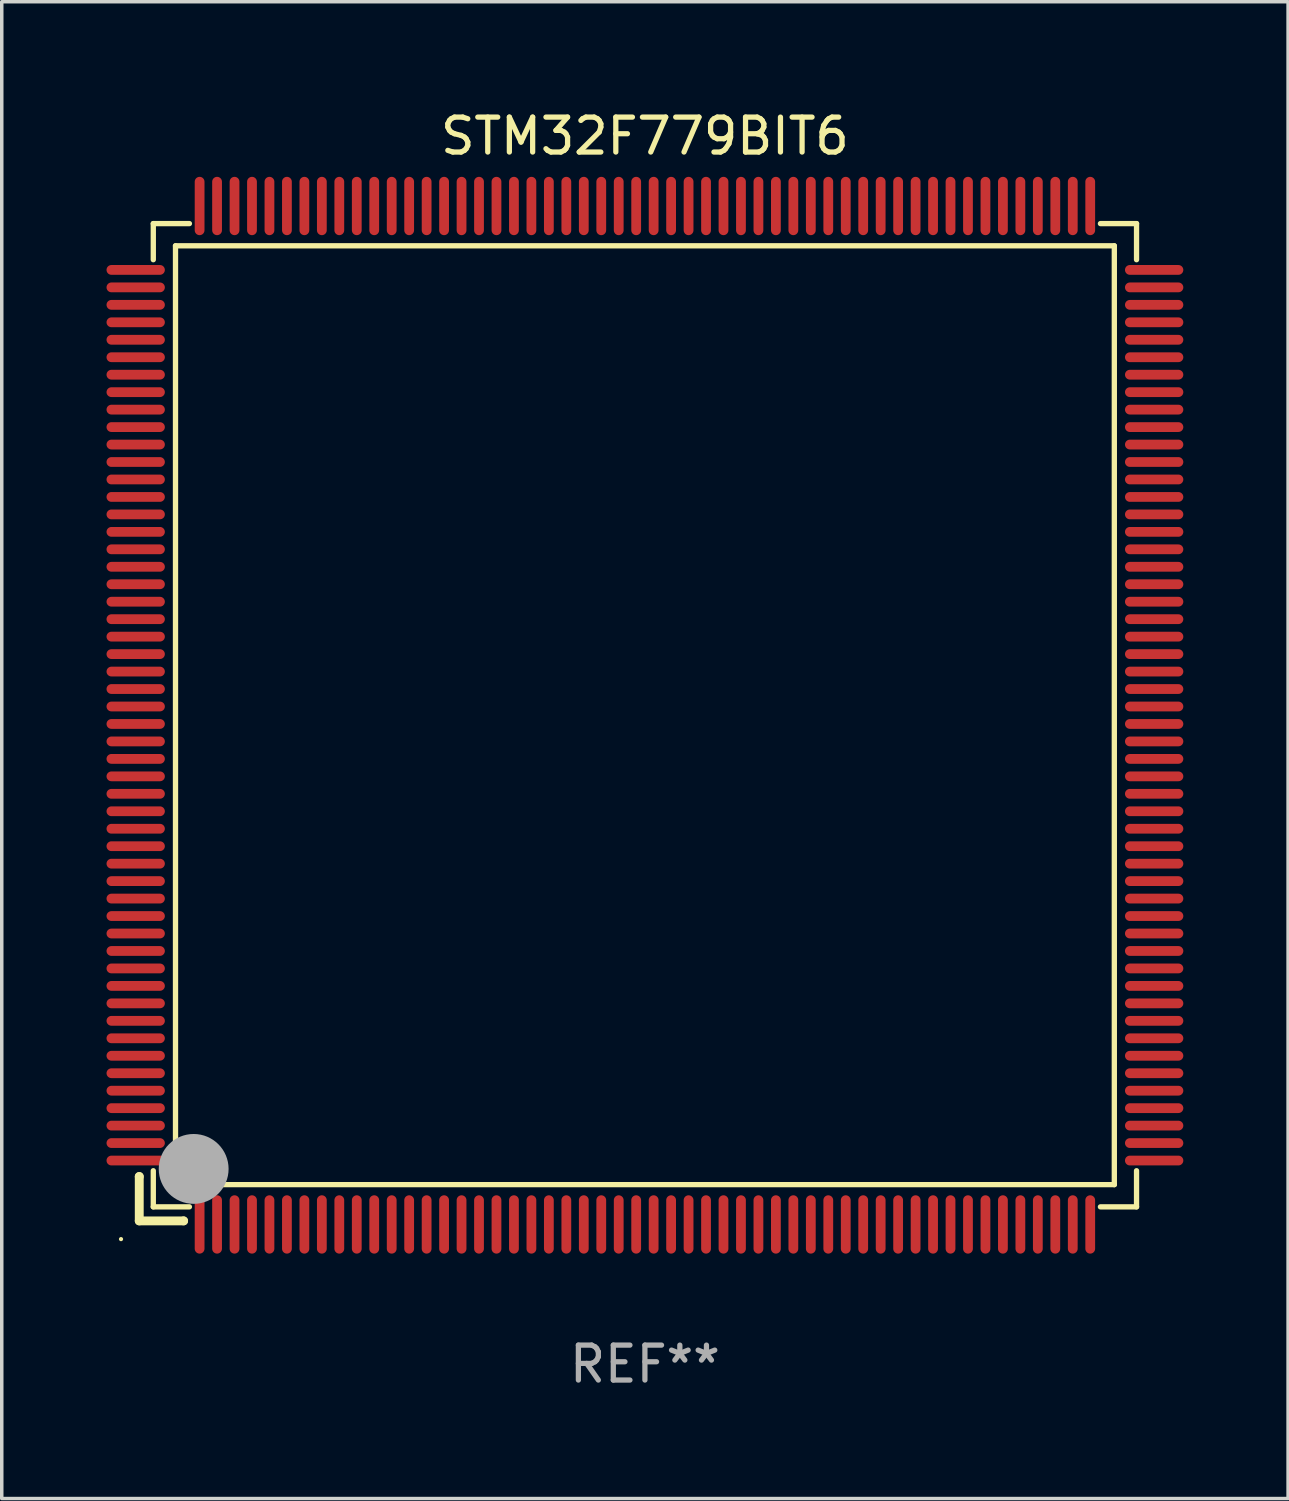
<source format=kicad_pcb>
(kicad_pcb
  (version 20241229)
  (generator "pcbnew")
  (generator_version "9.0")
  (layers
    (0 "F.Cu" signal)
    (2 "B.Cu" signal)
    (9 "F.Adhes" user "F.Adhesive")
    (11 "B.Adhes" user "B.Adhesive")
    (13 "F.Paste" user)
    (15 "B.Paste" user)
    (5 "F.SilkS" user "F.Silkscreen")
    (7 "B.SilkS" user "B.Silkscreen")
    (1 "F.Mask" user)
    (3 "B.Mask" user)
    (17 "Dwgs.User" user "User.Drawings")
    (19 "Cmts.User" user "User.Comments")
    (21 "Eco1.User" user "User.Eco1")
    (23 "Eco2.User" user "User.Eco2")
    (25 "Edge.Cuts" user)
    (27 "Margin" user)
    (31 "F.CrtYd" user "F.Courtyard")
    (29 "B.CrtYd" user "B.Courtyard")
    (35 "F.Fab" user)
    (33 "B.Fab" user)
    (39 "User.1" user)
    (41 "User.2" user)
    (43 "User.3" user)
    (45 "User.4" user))
  (footprint "STM32F779BIT6"
    (layer "F.Cu")
    (at 15.415 17.428)
    (property "Reference" "STM32F779BIT6" (at 0 -16.58 0) (layer "F.SilkS") (effects (font (size 1 1) (thickness 0.15))))
    (attr through_hole)
    (fp_line (start -14.478 13.208) (end -14.478 13.208) (stroke (width 0.254) (type solid)) (layer "F.SilkS"))
    (fp_line (start -14.478 13.208) (end -14.478 14.478) (stroke (width 0.254) (type solid)) (layer "F.SilkS"))
    (fp_line (start -14.478 14.478) (end -13.208 14.478) (stroke (width 0.254) (type solid)) (layer "F.SilkS"))
    (fp_line (start -14.076 -14.076) (end -14.076 -13.042) (stroke (width 0.152) (type solid)) (layer "F.SilkS"))
    (fp_line (start -14.076 14.076) (end -14.076 13.042) (stroke (width 0.152) (type solid)) (layer "F.SilkS"))
    (fp_line (start -13.44 -13.44) (end 13.44 -13.44) (stroke (width 0.152) (type solid)) (layer "F.SilkS"))
    (fp_line (start -13.44 13.44) (end -13.44 -13.44) (stroke (width 0.152) (type solid)) (layer "F.SilkS"))
    (fp_line (start -13.208 14.478) (end -13.208 14.478) (stroke (width 0.254) (type solid)) (layer "F.SilkS"))
    (fp_line (start -13.042 -14.076) (end -14.076 -14.076) (stroke (width 0.152) (type solid)) (layer "F.SilkS"))
    (fp_line (start -13.042 14.076) (end -14.076 14.076) (stroke (width 0.152) (type solid)) (layer "F.SilkS"))
    (fp_line (start 13.042 -14.076) (end 14.076 -14.076) (stroke (width 0.152) (type solid)) (layer "F.SilkS"))
    (fp_line (start 13.042 14.076) (end 14.076 14.076) (stroke (width 0.152) (type solid)) (layer "F.SilkS"))
    (fp_line (start 13.44 -13.44) (end 13.44 13.44) (stroke (width 0.152) (type solid)) (layer "F.SilkS"))
    (fp_line (start 13.44 13.44) (end -13.44 13.44) (stroke (width 0.152) (type solid)) (layer "F.SilkS"))
    (fp_line (start 14.076 -14.076) (end 14.076 -13.042) (stroke (width 0.152) (type solid)) (layer "F.SilkS"))
    (fp_line (start 14.076 14.076) (end 14.076 13.042) (stroke (width 0.152) (type solid)) (layer "F.SilkS"))
    (fp_circle (center -15 15) (end -14.97 15) (stroke (width 0.06) (type solid)) (fill no) (layer "F.SilkS"))
    (fp_circle (center -13.138 13.138) (end -13.063 13.138) (stroke (width 0.15) (type solid)) (fill no) (layer "F.SilkS"))
    (fp_circle (center -12.92 12.99) (end -12.42 12.99) (stroke (width 1) (type solid)) (fill no) (layer "F.Fab"))
    (fp_text user "REF**" (at 0 18.58 0) (layer "F.Fab") (effects (font (size 1 1) (thickness 0.15))))
    (pad "1" smd oval (at -12.75 14.58) (size 0.28 1.67) (layers "F.Cu" "F.Mask" "F.Paste"))
    (pad "2" smd oval (at -12.25 14.58) (size 0.28 1.67) (layers "F.Cu" "F.Mask" "F.Paste"))
    (pad "3" smd oval (at -11.75 14.58) (size 0.28 1.67) (layers "F.Cu" "F.Mask" "F.Paste"))
    (pad "4" smd oval (at -11.25 14.58) (size 0.28 1.67) (layers "F.Cu" "F.Mask" "F.Paste"))
    (pad "5" smd oval (at -10.75 14.58) (size 0.28 1.67) (layers "F.Cu" "F.Mask" "F.Paste"))
    (pad "6" smd oval (at -10.25 14.58) (size 0.28 1.67) (layers "F.Cu" "F.Mask" "F.Paste"))
    (pad "7" smd oval (at -9.75 14.58) (size 0.28 1.67) (layers "F.Cu" "F.Mask" "F.Paste"))
    (pad "8" smd oval (at -9.25 14.58) (size 0.28 1.67) (layers "F.Cu" "F.Mask" "F.Paste"))
    (pad "9" smd oval (at -8.75 14.58) (size 0.28 1.67) (layers "F.Cu" "F.Mask" "F.Paste"))
    (pad "10" smd oval (at -8.25 14.58) (size 0.28 1.67) (layers "F.Cu" "F.Mask" "F.Paste"))
    (pad "11" smd oval (at -7.75 14.58) (size 0.28 1.67) (layers "F.Cu" "F.Mask" "F.Paste"))
    (pad "12" smd oval (at -7.25 14.58) (size 0.28 1.67) (layers "F.Cu" "F.Mask" "F.Paste"))
    (pad "13" smd oval (at -6.75 14.58) (size 0.28 1.67) (layers "F.Cu" "F.Mask" "F.Paste"))
    (pad "14" smd oval (at -6.25 14.58) (size 0.28 1.67) (layers "F.Cu" "F.Mask" "F.Paste"))
    (pad "15" smd oval (at -5.75 14.58) (size 0.28 1.67) (layers "F.Cu" "F.Mask" "F.Paste"))
    (pad "16" smd oval (at -5.25 14.58) (size 0.28 1.67) (layers "F.Cu" "F.Mask" "F.Paste"))
    (pad "17" smd oval (at -4.75 14.58) (size 0.28 1.67) (layers "F.Cu" "F.Mask" "F.Paste"))
    (pad "18" smd oval (at -4.25 14.58) (size 0.28 1.67) (layers "F.Cu" "F.Mask" "F.Paste"))
    (pad "19" smd oval (at -3.75 14.58) (size 0.28 1.67) (layers "F.Cu" "F.Mask" "F.Paste"))
    (pad "20" smd oval (at -3.25 14.58) (size 0.28 1.67) (layers "F.Cu" "F.Mask" "F.Paste"))
    (pad "21" smd oval (at -2.75 14.58) (size 0.28 1.67) (layers "F.Cu" "F.Mask" "F.Paste"))
    (pad "22" smd oval (at -2.25 14.58) (size 0.28 1.67) (layers "F.Cu" "F.Mask" "F.Paste"))
    (pad "23" smd oval (at -1.75 14.58) (size 0.28 1.67) (layers "F.Cu" "F.Mask" "F.Paste"))
    (pad "24" smd oval (at -1.25 14.58) (size 0.28 1.67) (layers "F.Cu" "F.Mask" "F.Paste"))
    (pad "25" smd oval (at -0.75 14.58) (size 0.28 1.67) (layers "F.Cu" "F.Mask" "F.Paste"))
    (pad "26" smd oval (at -0.25 14.58) (size 0.28 1.67) (layers "F.Cu" "F.Mask" "F.Paste"))
    (pad "27" smd oval (at 0.25 14.58) (size 0.28 1.67) (layers "F.Cu" "F.Mask" "F.Paste"))
    (pad "28" smd oval (at 0.75 14.58) (size 0.28 1.67) (layers "F.Cu" "F.Mask" "F.Paste"))
    (pad "29" smd oval (at 1.25 14.58) (size 0.28 1.67) (layers "F.Cu" "F.Mask" "F.Paste"))
    (pad "30" smd oval (at 1.75 14.58) (size 0.28 1.67) (layers "F.Cu" "F.Mask" "F.Paste"))
    (pad "31" smd oval (at 2.25 14.58) (size 0.28 1.67) (layers "F.Cu" "F.Mask" "F.Paste"))
    (pad "32" smd oval (at 2.75 14.58) (size 0.28 1.67) (layers "F.Cu" "F.Mask" "F.Paste"))
    (pad "33" smd oval (at 3.25 14.58) (size 0.28 1.67) (layers "F.Cu" "F.Mask" "F.Paste"))
    (pad "34" smd oval (at 3.75 14.58) (size 0.28 1.67) (layers "F.Cu" "F.Mask" "F.Paste"))
    (pad "35" smd oval (at 4.25 14.58) (size 0.28 1.67) (layers "F.Cu" "F.Mask" "F.Paste"))
    (pad "36" smd oval (at 4.75 14.58) (size 0.28 1.67) (layers "F.Cu" "F.Mask" "F.Paste"))
    (pad "37" smd oval (at 5.25 14.58) (size 0.28 1.67) (layers "F.Cu" "F.Mask" "F.Paste"))
    (pad "38" smd oval (at 5.75 14.58) (size 0.28 1.67) (layers "F.Cu" "F.Mask" "F.Paste"))
    (pad "39" smd oval (at 6.25 14.58) (size 0.28 1.67) (layers "F.Cu" "F.Mask" "F.Paste"))
    (pad "40" smd oval (at 6.75 14.58) (size 0.28 1.67) (layers "F.Cu" "F.Mask" "F.Paste"))
    (pad "41" smd oval (at 7.25 14.58) (size 0.28 1.67) (layers "F.Cu" "F.Mask" "F.Paste"))
    (pad "42" smd oval (at 7.75 14.58) (size 0.28 1.67) (layers "F.Cu" "F.Mask" "F.Paste"))
    (pad "43" smd oval (at 8.25 14.58) (size 0.28 1.67) (layers "F.Cu" "F.Mask" "F.Paste"))
    (pad "44" smd oval (at 8.75 14.58) (size 0.28 1.67) (layers "F.Cu" "F.Mask" "F.Paste"))
    (pad "45" smd oval (at 9.25 14.58) (size 0.28 1.67) (layers "F.Cu" "F.Mask" "F.Paste"))
    (pad "46" smd oval (at 9.75 14.58) (size 0.28 1.67) (layers "F.Cu" "F.Mask" "F.Paste"))
    (pad "47" smd oval (at 10.25 14.58) (size 0.28 1.67) (layers "F.Cu" "F.Mask" "F.Paste"))
    (pad "48" smd oval (at 10.75 14.58) (size 0.28 1.67) (layers "F.Cu" "F.Mask" "F.Paste"))
    (pad "49" smd oval (at 11.25 14.58) (size 0.28 1.67) (layers "F.Cu" "F.Mask" "F.Paste"))
    (pad "50" smd oval (at 11.75 14.58) (size 0.28 1.67) (layers "F.Cu" "F.Mask" "F.Paste"))
    (pad "51" smd oval (at 12.25 14.58) (size 0.28 1.67) (layers "F.Cu" "F.Mask" "F.Paste"))
    (pad "52" smd oval (at 12.75 14.58) (size 0.28 1.67) (layers "F.Cu" "F.Mask" "F.Paste"))
    (pad "53" smd oval (at 14.58 12.75) (size 1.67 0.28) (layers "F.Cu" "F.Mask" "F.Paste"))
    (pad "54" smd oval (at 14.58 12.25) (size 1.67 0.28) (layers "F.Cu" "F.Mask" "F.Paste"))
    (pad "55" smd oval (at 14.58 11.75) (size 1.67 0.28) (layers "F.Cu" "F.Mask" "F.Paste"))
    (pad "56" smd oval (at 14.58 11.25) (size 1.67 0.28) (layers "F.Cu" "F.Mask" "F.Paste"))
    (pad "57" smd oval (at 14.58 10.75) (size 1.67 0.28) (layers "F.Cu" "F.Mask" "F.Paste"))
    (pad "58" smd oval (at 14.58 10.25) (size 1.67 0.28) (layers "F.Cu" "F.Mask" "F.Paste"))
    (pad "59" smd oval (at 14.58 9.75) (size 1.67 0.28) (layers "F.Cu" "F.Mask" "F.Paste"))
    (pad "60" smd oval (at 14.58 9.25) (size 1.67 0.28) (layers "F.Cu" "F.Mask" "F.Paste"))
    (pad "61" smd oval (at 14.58 8.75) (size 1.67 0.28) (layers "F.Cu" "F.Mask" "F.Paste"))
    (pad "62" smd oval (at 14.58 8.25) (size 1.67 0.28) (layers "F.Cu" "F.Mask" "F.Paste"))
    (pad "63" smd oval (at 14.58 7.75) (size 1.67 0.28) (layers "F.Cu" "F.Mask" "F.Paste"))
    (pad "64" smd oval (at 14.58 7.25) (size 1.67 0.28) (layers "F.Cu" "F.Mask" "F.Paste"))
    (pad "65" smd oval (at 14.58 6.75) (size 1.67 0.28) (layers "F.Cu" "F.Mask" "F.Paste"))
    (pad "66" smd oval (at 14.58 6.25) (size 1.67 0.28) (layers "F.Cu" "F.Mask" "F.Paste"))
    (pad "67" smd oval (at 14.58 5.75) (size 1.67 0.28) (layers "F.Cu" "F.Mask" "F.Paste"))
    (pad "68" smd oval (at 14.58 5.25) (size 1.67 0.28) (layers "F.Cu" "F.Mask" "F.Paste"))
    (pad "69" smd oval (at 14.58 4.75) (size 1.67 0.28) (layers "F.Cu" "F.Mask" "F.Paste"))
    (pad "70" smd oval (at 14.58 4.25) (size 1.67 0.28) (layers "F.Cu" "F.Mask" "F.Paste"))
    (pad "71" smd oval (at 14.58 3.75) (size 1.67 0.28) (layers "F.Cu" "F.Mask" "F.Paste"))
    (pad "72" smd oval (at 14.58 3.25) (size 1.67 0.28) (layers "F.Cu" "F.Mask" "F.Paste"))
    (pad "73" smd oval (at 14.58 2.75) (size 1.67 0.28) (layers "F.Cu" "F.Mask" "F.Paste"))
    (pad "74" smd oval (at 14.58 2.25) (size 1.67 0.28) (layers "F.Cu" "F.Mask" "F.Paste"))
    (pad "75" smd oval (at 14.58 1.75) (size 1.67 0.28) (layers "F.Cu" "F.Mask" "F.Paste"))
    (pad "76" smd oval (at 14.58 1.25) (size 1.67 0.28) (layers "F.Cu" "F.Mask" "F.Paste"))
    (pad "77" smd oval (at 14.58 0.75) (size 1.67 0.28) (layers "F.Cu" "F.Mask" "F.Paste"))
    (pad "78" smd oval (at 14.58 0.25) (size 1.67 0.28) (layers "F.Cu" "F.Mask" "F.Paste"))
    (pad "79" smd oval (at 14.58 -0.25) (size 1.67 0.28) (layers "F.Cu" "F.Mask" "F.Paste"))
    (pad "80" smd oval (at 14.58 -0.75) (size 1.67 0.28) (layers "F.Cu" "F.Mask" "F.Paste"))
    (pad "81" smd oval (at 14.58 -1.25) (size 1.67 0.28) (layers "F.Cu" "F.Mask" "F.Paste"))
    (pad "82" smd oval (at 14.58 -1.75) (size 1.67 0.28) (layers "F.Cu" "F.Mask" "F.Paste"))
    (pad "83" smd oval (at 14.58 -2.25) (size 1.67 0.28) (layers "F.Cu" "F.Mask" "F.Paste"))
    (pad "84" smd oval (at 14.58 -2.75) (size 1.67 0.28) (layers "F.Cu" "F.Mask" "F.Paste"))
    (pad "85" smd oval (at 14.58 -3.25) (size 1.67 0.28) (layers "F.Cu" "F.Mask" "F.Paste"))
    (pad "86" smd oval (at 14.58 -3.75) (size 1.67 0.28) (layers "F.Cu" "F.Mask" "F.Paste"))
    (pad "87" smd oval (at 14.58 -4.25) (size 1.67 0.28) (layers "F.Cu" "F.Mask" "F.Paste"))
    (pad "88" smd oval (at 14.58 -4.75) (size 1.67 0.28) (layers "F.Cu" "F.Mask" "F.Paste"))
    (pad "89" smd oval (at 14.58 -5.25) (size 1.67 0.28) (layers "F.Cu" "F.Mask" "F.Paste"))
    (pad "90" smd oval (at 14.58 -5.75) (size 1.67 0.28) (layers "F.Cu" "F.Mask" "F.Paste"))
    (pad "91" smd oval (at 14.58 -6.25) (size 1.67 0.28) (layers "F.Cu" "F.Mask" "F.Paste"))
    (pad "92" smd oval (at 14.58 -6.75) (size 1.67 0.28) (layers "F.Cu" "F.Mask" "F.Paste"))
    (pad "93" smd oval (at 14.58 -7.25) (size 1.67 0.28) (layers "F.Cu" "F.Mask" "F.Paste"))
    (pad "94" smd oval (at 14.58 -7.75) (size 1.67 0.28) (layers "F.Cu" "F.Mask" "F.Paste"))
    (pad "95" smd oval (at 14.58 -8.25) (size 1.67 0.28) (layers "F.Cu" "F.Mask" "F.Paste"))
    (pad "96" smd oval (at 14.58 -8.75) (size 1.67 0.28) (layers "F.Cu" "F.Mask" "F.Paste"))
    (pad "97" smd oval (at 14.58 -9.25) (size 1.67 0.28) (layers "F.Cu" "F.Mask" "F.Paste"))
    (pad "98" smd oval (at 14.58 -9.75) (size 1.67 0.28) (layers "F.Cu" "F.Mask" "F.Paste"))
    (pad "99" smd oval (at 14.58 -10.25) (size 1.67 0.28) (layers "F.Cu" "F.Mask" "F.Paste"))
    (pad "100" smd oval (at 14.58 -10.75) (size 1.67 0.28) (layers "F.Cu" "F.Mask" "F.Paste"))
    (pad "101" smd oval (at 14.58 -11.25) (size 1.67 0.28) (layers "F.Cu" "F.Mask" "F.Paste"))
    (pad "102" smd oval (at 14.58 -11.75) (size 1.67 0.28) (layers "F.Cu" "F.Mask" "F.Paste"))
    (pad "103" smd oval (at 14.58 -12.25) (size 1.67 0.28) (layers "F.Cu" "F.Mask" "F.Paste"))
    (pad "104" smd oval (at 14.58 -12.75) (size 1.67 0.28) (layers "F.Cu" "F.Mask" "F.Paste"))
    (pad "105" smd oval (at 12.75 -14.58) (size 0.28 1.67) (layers "F.Cu" "F.Mask" "F.Paste"))
    (pad "106" smd oval (at 12.25 -14.58) (size 0.28 1.67) (layers "F.Cu" "F.Mask" "F.Paste"))
    (pad "107" smd oval (at 11.75 -14.58) (size 0.28 1.67) (layers "F.Cu" "F.Mask" "F.Paste"))
    (pad "108" smd oval (at 11.25 -14.58) (size 0.28 1.67) (layers "F.Cu" "F.Mask" "F.Paste"))
    (pad "109" smd oval (at 10.75 -14.58) (size 0.28 1.67) (layers "F.Cu" "F.Mask" "F.Paste"))
    (pad "110" smd oval (at 10.25 -14.58) (size 0.28 1.67) (layers "F.Cu" "F.Mask" "F.Paste"))
    (pad "111" smd oval (at 9.75 -14.58) (size 0.28 1.67) (layers "F.Cu" "F.Mask" "F.Paste"))
    (pad "112" smd oval (at 9.25 -14.58) (size 0.28 1.67) (layers "F.Cu" "F.Mask" "F.Paste"))
    (pad "113" smd oval (at 8.75 -14.58) (size 0.28 1.67) (layers "F.Cu" "F.Mask" "F.Paste"))
    (pad "114" smd oval (at 8.25 -14.58) (size 0.28 1.67) (layers "F.Cu" "F.Mask" "F.Paste"))
    (pad "115" smd oval (at 7.75 -14.58) (size 0.28 1.67) (layers "F.Cu" "F.Mask" "F.Paste"))
    (pad "116" smd oval (at 7.25 -14.58) (size 0.28 1.67) (layers "F.Cu" "F.Mask" "F.Paste"))
    (pad "117" smd oval (at 6.75 -14.58) (size 0.28 1.67) (layers "F.Cu" "F.Mask" "F.Paste"))
    (pad "118" smd oval (at 6.25 -14.58) (size 0.28 1.67) (layers "F.Cu" "F.Mask" "F.Paste"))
    (pad "119" smd oval (at 5.75 -14.58) (size 0.28 1.67) (layers "F.Cu" "F.Mask" "F.Paste"))
    (pad "120" smd oval (at 5.25 -14.58) (size 0.28 1.67) (layers "F.Cu" "F.Mask" "F.Paste"))
    (pad "121" smd oval (at 4.75 -14.58) (size 0.28 1.67) (layers "F.Cu" "F.Mask" "F.Paste"))
    (pad "122" smd oval (at 4.25 -14.58) (size 0.28 1.67) (layers "F.Cu" "F.Mask" "F.Paste"))
    (pad "123" smd oval (at 3.75 -14.58) (size 0.28 1.67) (layers "F.Cu" "F.Mask" "F.Paste"))
    (pad "124" smd oval (at 3.25 -14.58) (size 0.28 1.67) (layers "F.Cu" "F.Mask" "F.Paste"))
    (pad "125" smd oval (at 2.75 -14.58) (size 0.28 1.67) (layers "F.Cu" "F.Mask" "F.Paste"))
    (pad "126" smd oval (at 2.25 -14.58) (size 0.28 1.67) (layers "F.Cu" "F.Mask" "F.Paste"))
    (pad "127" smd oval (at 1.75 -14.58) (size 0.28 1.67) (layers "F.Cu" "F.Mask" "F.Paste"))
    (pad "128" smd oval (at 1.25 -14.58) (size 0.28 1.67) (layers "F.Cu" "F.Mask" "F.Paste"))
    (pad "129" smd oval (at 0.75 -14.58) (size 0.28 1.67) (layers "F.Cu" "F.Mask" "F.Paste"))
    (pad "130" smd oval (at 0.25 -14.58) (size 0.28 1.67) (layers "F.Cu" "F.Mask" "F.Paste"))
    (pad "131" smd oval (at -0.25 -14.58) (size 0.28 1.67) (layers "F.Cu" "F.Mask" "F.Paste"))
    (pad "132" smd oval (at -0.75 -14.58) (size 0.28 1.67) (layers "F.Cu" "F.Mask" "F.Paste"))
    (pad "133" smd oval (at -1.25 -14.58) (size 0.28 1.67) (layers "F.Cu" "F.Mask" "F.Paste"))
    (pad "134" smd oval (at -1.75 -14.58) (size 0.28 1.67) (layers "F.Cu" "F.Mask" "F.Paste"))
    (pad "135" smd oval (at -2.25 -14.58) (size 0.28 1.67) (layers "F.Cu" "F.Mask" "F.Paste"))
    (pad "136" smd oval (at -2.75 -14.58) (size 0.28 1.67) (layers "F.Cu" "F.Mask" "F.Paste"))
    (pad "137" smd oval (at -3.25 -14.58) (size 0.28 1.67) (layers "F.Cu" "F.Mask" "F.Paste"))
    (pad "138" smd oval (at -3.75 -14.58) (size 0.28 1.67) (layers "F.Cu" "F.Mask" "F.Paste"))
    (pad "139" smd oval (at -4.25 -14.58) (size 0.28 1.67) (layers "F.Cu" "F.Mask" "F.Paste"))
    (pad "140" smd oval (at -4.75 -14.58) (size 0.28 1.67) (layers "F.Cu" "F.Mask" "F.Paste"))
    (pad "141" smd oval (at -5.25 -14.58) (size 0.28 1.67) (layers "F.Cu" "F.Mask" "F.Paste"))
    (pad "142" smd oval (at -5.75 -14.58) (size 0.28 1.67) (layers "F.Cu" "F.Mask" "F.Paste"))
    (pad "143" smd oval (at -6.25 -14.58) (size 0.28 1.67) (layers "F.Cu" "F.Mask" "F.Paste"))
    (pad "144" smd oval (at -6.75 -14.58) (size 0.28 1.67) (layers "F.Cu" "F.Mask" "F.Paste"))
    (pad "145" smd oval (at -7.25 -14.58) (size 0.28 1.67) (layers "F.Cu" "F.Mask" "F.Paste"))
    (pad "146" smd oval (at -7.75 -14.58) (size 0.28 1.67) (layers "F.Cu" "F.Mask" "F.Paste"))
    (pad "147" smd oval (at -8.25 -14.58) (size 0.28 1.67) (layers "F.Cu" "F.Mask" "F.Paste"))
    (pad "148" smd oval (at -8.75 -14.58) (size 0.28 1.67) (layers "F.Cu" "F.Mask" "F.Paste"))
    (pad "149" smd oval (at -9.25 -14.58) (size 0.28 1.67) (layers "F.Cu" "F.Mask" "F.Paste"))
    (pad "150" smd oval (at -9.75 -14.58) (size 0.28 1.67) (layers "F.Cu" "F.Mask" "F.Paste"))
    (pad "151" smd oval (at -10.25 -14.58) (size 0.28 1.67) (layers "F.Cu" "F.Mask" "F.Paste"))
    (pad "152" smd oval (at -10.75 -14.58) (size 0.28 1.67) (layers "F.Cu" "F.Mask" "F.Paste"))
    (pad "153" smd oval (at -11.25 -14.58) (size 0.28 1.67) (layers "F.Cu" "F.Mask" "F.Paste"))
    (pad "154" smd oval (at -11.75 -14.58) (size 0.28 1.67) (layers "F.Cu" "F.Mask" "F.Paste"))
    (pad "155" smd oval (at -12.25 -14.58) (size 0.28 1.67) (layers "F.Cu" "F.Mask" "F.Paste"))
    (pad "156" smd oval (at -12.75 -14.58) (size 0.28 1.67) (layers "F.Cu" "F.Mask" "F.Paste"))
    (pad "157" smd oval (at -14.58 -12.75) (size 1.67 0.28) (layers "F.Cu" "F.Mask" "F.Paste"))
    (pad "158" smd oval (at -14.58 -12.25) (size 1.67 0.28) (layers "F.Cu" "F.Mask" "F.Paste"))
    (pad "159" smd oval (at -14.58 -11.75) (size 1.67 0.28) (layers "F.Cu" "F.Mask" "F.Paste"))
    (pad "160" smd oval (at -14.58 -11.25) (size 1.67 0.28) (layers "F.Cu" "F.Mask" "F.Paste"))
    (pad "161" smd oval (at -14.58 -10.75) (size 1.67 0.28) (layers "F.Cu" "F.Mask" "F.Paste"))
    (pad "162" smd oval (at -14.58 -10.25) (size 1.67 0.28) (layers "F.Cu" "F.Mask" "F.Paste"))
    (pad "163" smd oval (at -14.58 -9.75) (size 1.67 0.28) (layers "F.Cu" "F.Mask" "F.Paste"))
    (pad "164" smd oval (at -14.58 -9.25) (size 1.67 0.28) (layers "F.Cu" "F.Mask" "F.Paste"))
    (pad "165" smd oval (at -14.58 -8.75) (size 1.67 0.28) (layers "F.Cu" "F.Mask" "F.Paste"))
    (pad "166" smd oval (at -14.58 -8.25) (size 1.67 0.28) (layers "F.Cu" "F.Mask" "F.Paste"))
    (pad "167" smd oval (at -14.58 -7.75) (size 1.67 0.28) (layers "F.Cu" "F.Mask" "F.Paste"))
    (pad "168" smd oval (at -14.58 -7.25) (size 1.67 0.28) (layers "F.Cu" "F.Mask" "F.Paste"))
    (pad "169" smd oval (at -14.58 -6.75) (size 1.67 0.28) (layers "F.Cu" "F.Mask" "F.Paste"))
    (pad "170" smd oval (at -14.58 -6.25) (size 1.67 0.28) (layers "F.Cu" "F.Mask" "F.Paste"))
    (pad "171" smd oval (at -14.58 -5.75) (size 1.67 0.28) (layers "F.Cu" "F.Mask" "F.Paste"))
    (pad "172" smd oval (at -14.58 -5.25) (size 1.67 0.28) (layers "F.Cu" "F.Mask" "F.Paste"))
    (pad "173" smd oval (at -14.58 -4.75) (size 1.67 0.28) (layers "F.Cu" "F.Mask" "F.Paste"))
    (pad "174" smd oval (at -14.58 -4.25) (size 1.67 0.28) (layers "F.Cu" "F.Mask" "F.Paste"))
    (pad "175" smd oval (at -14.58 -3.75) (size 1.67 0.28) (layers "F.Cu" "F.Mask" "F.Paste"))
    (pad "176" smd oval (at -14.58 -3.25) (size 1.67 0.28) (layers "F.Cu" "F.Mask" "F.Paste"))
    (pad "177" smd oval (at -14.58 -2.75) (size 1.67 0.28) (layers "F.Cu" "F.Mask" "F.Paste"))
    (pad "178" smd oval (at -14.58 -2.25) (size 1.67 0.28) (layers "F.Cu" "F.Mask" "F.Paste"))
    (pad "179" smd oval (at -14.58 -1.75) (size 1.67 0.28) (layers "F.Cu" "F.Mask" "F.Paste"))
    (pad "180" smd oval (at -14.58 -1.25) (size 1.67 0.28) (layers "F.Cu" "F.Mask" "F.Paste"))
    (pad "181" smd oval (at -14.58 -0.75) (size 1.67 0.28) (layers "F.Cu" "F.Mask" "F.Paste"))
    (pad "182" smd oval (at -14.58 -0.25) (size 1.67 0.28) (layers "F.Cu" "F.Mask" "F.Paste"))
    (pad "183" smd oval (at -14.58 0.25) (size 1.67 0.28) (layers "F.Cu" "F.Mask" "F.Paste"))
    (pad "184" smd oval (at -14.58 0.75) (size 1.67 0.28) (layers "F.Cu" "F.Mask" "F.Paste"))
    (pad "185" smd oval (at -14.58 1.25) (size 1.67 0.28) (layers "F.Cu" "F.Mask" "F.Paste"))
    (pad "186" smd oval (at -14.58 1.75) (size 1.67 0.28) (layers "F.Cu" "F.Mask" "F.Paste"))
    (pad "187" smd oval (at -14.58 2.25) (size 1.67 0.28) (layers "F.Cu" "F.Mask" "F.Paste"))
    (pad "188" smd oval (at -14.58 2.75) (size 1.67 0.28) (layers "F.Cu" "F.Mask" "F.Paste"))
    (pad "189" smd oval (at -14.58 3.25) (size 1.67 0.28) (layers "F.Cu" "F.Mask" "F.Paste"))
    (pad "190" smd oval (at -14.58 3.75) (size 1.67 0.28) (layers "F.Cu" "F.Mask" "F.Paste"))
    (pad "191" smd oval (at -14.58 4.25) (size 1.67 0.28) (layers "F.Cu" "F.Mask" "F.Paste"))
    (pad "192" smd oval (at -14.58 4.75) (size 1.67 0.28) (layers "F.Cu" "F.Mask" "F.Paste"))
    (pad "193" smd oval (at -14.58 5.25) (size 1.67 0.28) (layers "F.Cu" "F.Mask" "F.Paste"))
    (pad "194" smd oval (at -14.58 5.75) (size 1.67 0.28) (layers "F.Cu" "F.Mask" "F.Paste"))
    (pad "195" smd oval (at -14.58 6.25) (size 1.67 0.28) (layers "F.Cu" "F.Mask" "F.Paste"))
    (pad "196" smd oval (at -14.58 6.75) (size 1.67 0.28) (layers "F.Cu" "F.Mask" "F.Paste"))
    (pad "197" smd oval (at -14.58 7.25) (size 1.67 0.28) (layers "F.Cu" "F.Mask" "F.Paste"))
    (pad "198" smd oval (at -14.58 7.75) (size 1.67 0.28) (layers "F.Cu" "F.Mask" "F.Paste"))
    (pad "199" smd oval (at -14.58 8.25) (size 1.67 0.28) (layers "F.Cu" "F.Mask" "F.Paste"))
    (pad "200" smd oval (at -14.58 8.75) (size 1.67 0.28) (layers "F.Cu" "F.Mask" "F.Paste"))
    (pad "201" smd oval (at -14.58 9.25) (size 1.67 0.28) (layers "F.Cu" "F.Mask" "F.Paste"))
    (pad "202" smd oval (at -14.58 9.75) (size 1.67 0.28) (layers "F.Cu" "F.Mask" "F.Paste"))
    (pad "203" smd oval (at -14.58 10.25) (size 1.67 0.28) (layers "F.Cu" "F.Mask" "F.Paste"))
    (pad "204" smd oval (at -14.58 10.75) (size 1.67 0.28) (layers "F.Cu" "F.Mask" "F.Paste"))
    (pad "205" smd oval (at -14.58 11.25) (size 1.67 0.28) (layers "F.Cu" "F.Mask" "F.Paste"))
    (pad "206" smd oval (at -14.58 11.75) (size 1.67 0.28) (layers "F.Cu" "F.Mask" "F.Paste"))
    (pad "207" smd oval (at -14.58 12.25) (size 1.67 0.28) (layers "F.Cu" "F.Mask" "F.Paste"))
    (pad "208" smd oval (at -14.58 12.75) (size 1.67 0.28) (layers "F.Cu" "F.Mask" "F.Paste")))
  (gr_rect
    (start -3 -3)
    (end 33.83 39.856)
    (stroke (width 0.1) (type default))
    (fill no)
    (layer "Edge.Cuts")))
</source>
